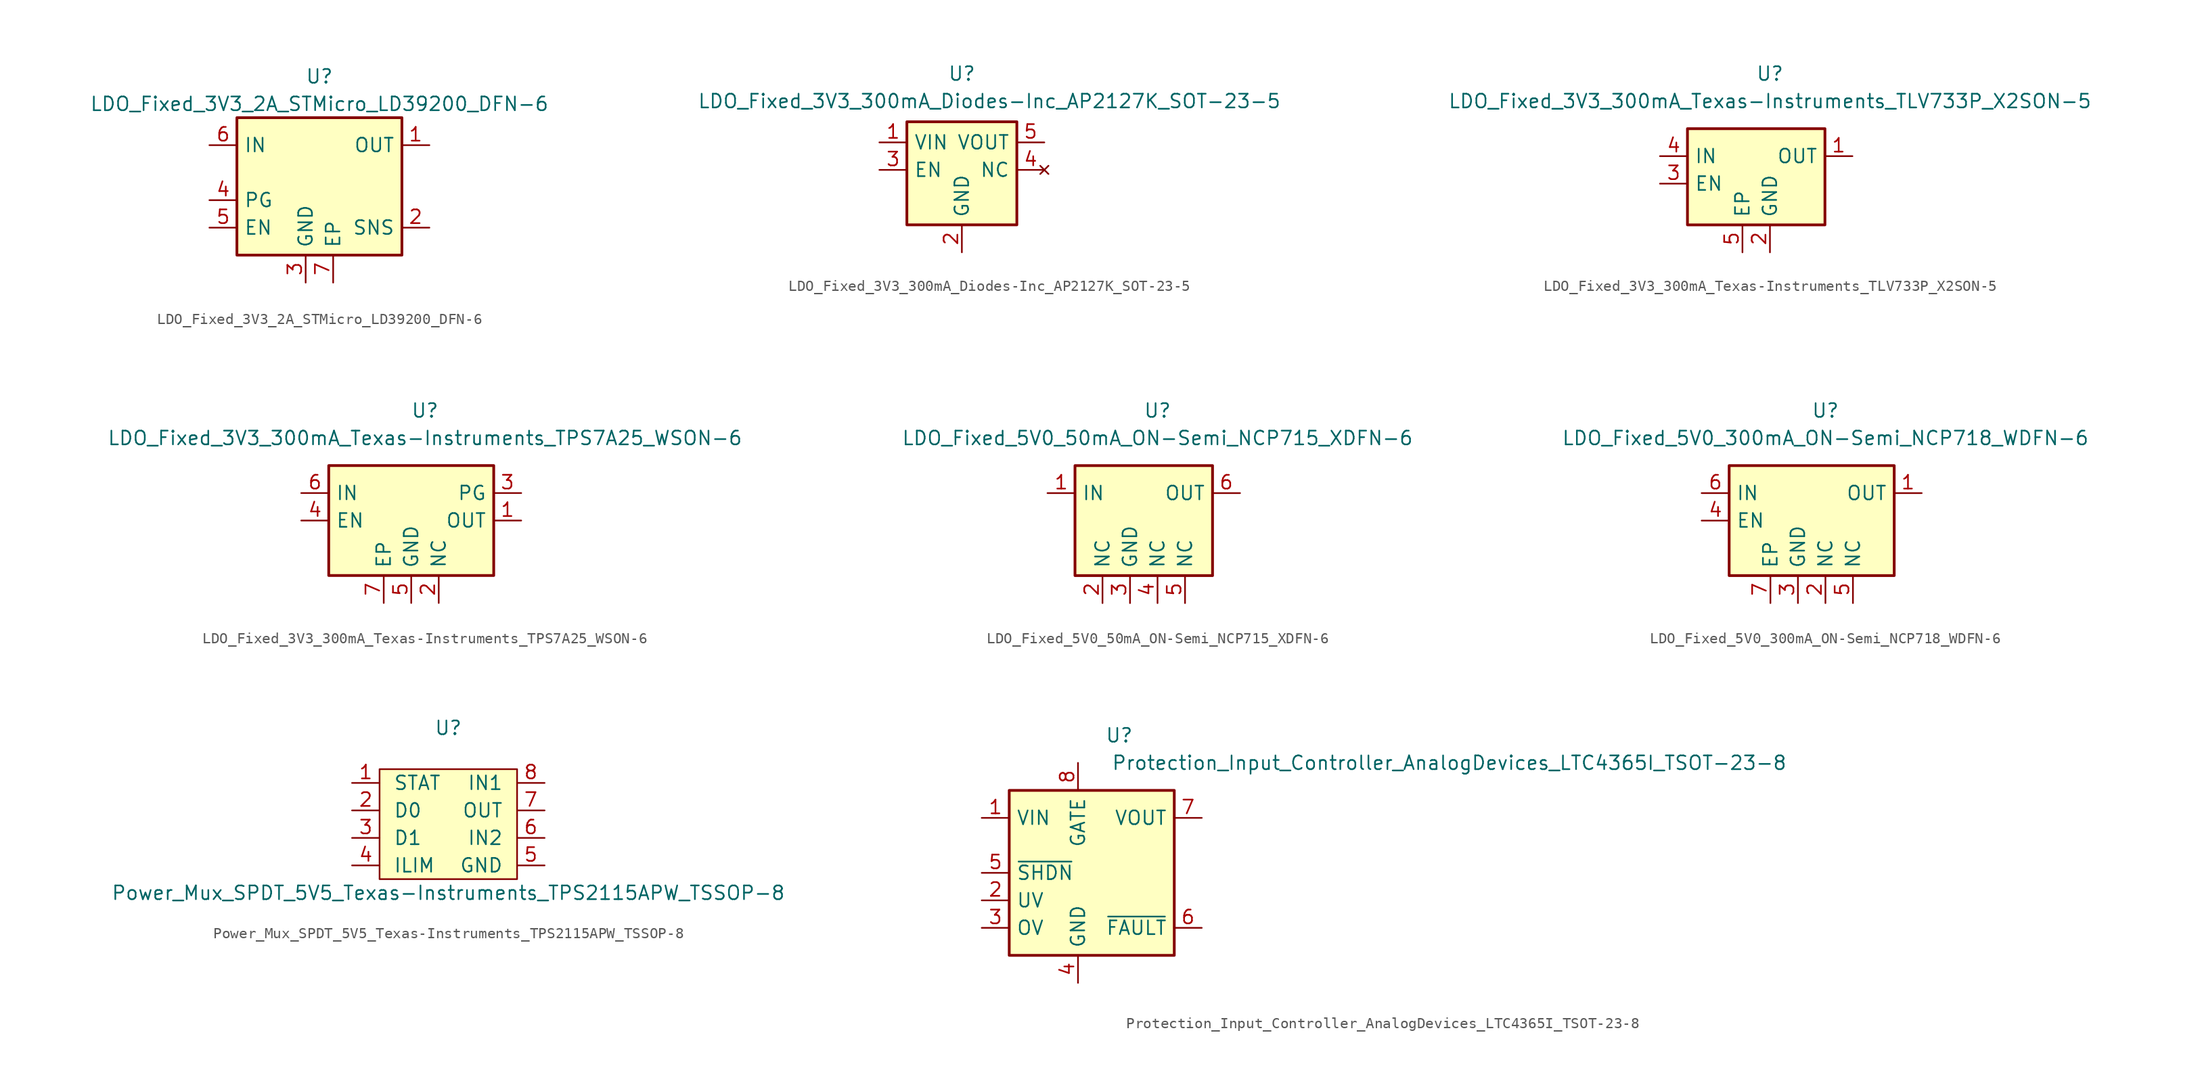
<source format=kicad_sym>
(kicad_symbol_lib
  (version 20220914)
  (generator kicad_symbol_editor)
  (symbol "LDO_Fixed_3V3_2A_STMicro_LD39200_DFN-6"
    (pin_names
      (offset 0.635))
    (property "Reference" "U"
      (at 0 10.16 0)
      (effects (font (size 1.27 1.27))))
    (property "Value" "LDO_Fixed_3V3_2A_STMicro_LD39200_DFN-6"
      (at 0 7.62 0)
      (effects (font (size 1.27 1.27))))
    (symbol "LDO_Fixed_3V3_2A_STMicro_LD39200_DFN-6_0_0"
      (pin output line (at -10.16 -1.27 0) (length 2.54) (name "PG" (effects (font (size 1.27 1.27)))) (number "4" (effects (font (size 1.27 1.27)))))
      (pin power_in line (at 1.27 -8.89 90) (length 2.54) (name "EP" (effects (font (size 1.27 1.27)))) (number "7" (effects (font (size 1.27 1.27))))))
    (symbol "LDO_Fixed_3V3_2A_STMicro_LD39200_DFN-6_0_1"
      (rectangle (start 7.62 -6.35) (end -7.62 6.35) (stroke (width 0.254) (type default)) (fill (type background))))
    (symbol "LDO_Fixed_3V3_2A_STMicro_LD39200_DFN-6_1_1"
      (pin power_out line (at 10.16 3.81 180) (length 2.54) (name "OUT" (effects (font (size 1.27 1.27)))) (number "1" (effects (font (size 1.27 1.27)))))
      (pin input line (at 10.16 -3.81 180) (length 2.54) (name "SNS" (effects (font (size 1.27 1.27)))) (number "2" (effects (font (size 1.27 1.27)))))
      (pin power_in line (at -1.27 -8.89 90) (length 2.54) (name "GND" (effects (font (size 1.27 1.27)))) (number "3" (effects (font (size 1.27 1.27)))))
      (pin input line (at -10.16 -3.81 0) (length 2.54) (name "EN" (effects (font (size 1.27 1.27)))) (number "5" (effects (font (size 1.27 1.27)))))
      (pin power_in line (at -10.16 3.81 0) (length 2.54) (name "IN" (effects (font (size 1.27 1.27)))) (number "6" (effects (font (size 1.27 1.27)))))))
  (symbol "LDO_Fixed_3V3_300mA_Diodes-Inc_AP2127K_SOT-23-5"
    (pin_names
      (offset 0.635))
    (property "Reference" "U"
      (at 0 8.89 0)
      (effects (font (size 1.27 1.27))))
    (property "Value" "LDO_Fixed_3V3_300mA_Diodes-Inc_AP2127K_SOT-23-5"
      (at 2.54 6.35 0)
      (effects (font (size 1.27 1.27))))
    (symbol "LDO_Fixed_3V3_300mA_Diodes-Inc_AP2127K_SOT-23-5_1_1"
      (rectangle (start -5.08 4.445) (end 5.08 -5.08) (stroke (width 0.254) (type default)) (fill (type background)))
      (pin power_in line (at -7.62 2.54 0) (length 2.54) (name "VIN" (effects (font (size 1.27 1.27)))) (number "1" (effects (font (size 1.27 1.27)))))
      (pin power_in line (at 0 -7.62 90) (length 2.54) (name "GND" (effects (font (size 1.27 1.27)))) (number "2" (effects (font (size 1.27 1.27)))))
      (pin input line (at -7.62 0 0) (length 2.54) (name "EN" (effects (font (size 1.27 1.27)))) (number "3" (effects (font (size 1.27 1.27)))))
      (pin no_connect line (at 7.62 0 180) (length 2.54) (name "NC" (effects (font (size 1.27 1.27)))) (number "4" (effects (font (size 1.27 1.27)))))
      (pin power_out line (at 7.62 2.54 180) (length 2.54) (name "VOUT" (effects (font (size 1.27 1.27)))) (number "5" (effects (font (size 1.27 1.27)))))))
  (symbol "LDO_Fixed_3V3_300mA_Texas-Instruments_TLV733P_X2SON-5"
    (pin_names
      (offset 0.635))
    (property "Reference" "U"
      (at 1.27 10.16 0)
      (effects (font (size 1.27 1.27))))
    (property "Value" "LDO_Fixed_3V3_300mA_Texas-Instruments_TLV733P_X2SON-5"
      (at 1.27 7.62 0)
      (effects (font (size 1.27 1.27))))
    (symbol "LDO_Fixed_3V3_300mA_Texas-Instruments_TLV733P_X2SON-5_0_0"
      (pin power_in line (at 1.27 -6.35 90) (length 2.54) (name "GND" (effects (font (size 1.27 1.27)))) (number "2" (effects (font (size 1.27 1.27)))))
      (pin passive line (at -1.27 -6.35 90) (length 2.54) (name "EP" (effects (font (size 1.27 1.27)))) (number "5" (effects (font (size 1.27 1.27))))))
    (symbol "LDO_Fixed_3V3_300mA_Texas-Instruments_TLV733P_X2SON-5_1_1"
      (rectangle (start -6.35 5.08) (end 6.35 -3.81) (stroke (width 0.254) (type default)) (fill (type background)))
      (pin power_out line (at 8.89 2.54 180) (length 2.54) (name "OUT" (effects (font (size 1.27 1.27)))) (number "1" (effects (font (size 1.27 1.27)))))
      (pin input line (at -8.89 0 0) (length 2.54) (name "EN" (effects (font (size 1.27 1.27)))) (number "3" (effects (font (size 1.27 1.27)))))
      (pin power_in line (at -8.89 2.54 0) (length 2.54) (name "IN" (effects (font (size 1.27 1.27)))) (number "4" (effects (font (size 1.27 1.27)))))))
  (symbol "LDO_Fixed_3V3_300mA_Texas-Instruments_TPS7A25_WSON-6"
    (pin_names
      (offset 0.635))
    (property "Reference" "U"
      (at 1.27 10.16 0)
      (effects (font (size 1.27 1.27))))
    (property "Value" "LDO_Fixed_3V3_300mA_Texas-Instruments_TPS7A25_WSON-6"
      (at 1.27 7.62 0)
      (effects (font (size 1.27 1.27))))
    (symbol "LDO_Fixed_3V3_300mA_Texas-Instruments_TPS7A25_WSON-6_0_0"
      (pin power_in line (at 0 -7.62 90) (length 2.54) (name "GND" (effects (font (size 1.27 1.27)))) (number "5" (effects (font (size 1.27 1.27)))))
      (pin passive line (at -2.54 -7.62 90) (length 2.54) (name "EP" (effects (font (size 1.27 1.27)))) (number "7" (effects (font (size 1.27 1.27))))))
    (symbol "LDO_Fixed_3V3_300mA_Texas-Instruments_TPS7A25_WSON-6_1_1"
      (rectangle (start -7.62 5.08) (end 7.62 -5.08) (stroke (width 0.254) (type default)) (fill (type background)))
      (pin power_out line (at 10.16 0 180) (length 2.54) (name "OUT" (effects (font (size 1.27 1.27)))) (number "1" (effects (font (size 1.27 1.27)))))
      (pin passive line (at 2.54 -7.62 90) (length 2.54) (name "NC" (effects (font (size 1.27 1.27)))) (number "2" (effects (font (size 1.27 1.27)))))
      (pin open_collector line (at 10.16 2.54 180) (length 2.54) (name "PG" (effects (font (size 1.27 1.27)))) (number "3" (effects (font (size 1.27 1.27)))))
      (pin input line (at -10.16 0 0) (length 2.54) (name "EN" (effects (font (size 1.27 1.27)))) (number "4" (effects (font (size 1.27 1.27)))))
      (pin power_in line (at -10.16 2.54 0) (length 2.54) (name "IN" (effects (font (size 1.27 1.27)))) (number "6" (effects (font (size 1.27 1.27)))))))
  (symbol "LDO_Fixed_5V0_50mA_ON-Semi_NCP715_XDFN-6"
    (pin_names
      (offset 0.635))
    (property "Reference" "U"
      (at 1.27 10.16 0)
      (effects (font (size 1.27 1.27))))
    (property "Value" "LDO_Fixed_5V0_50mA_ON-Semi_NCP715_XDFN-6"
      (at 1.27 7.62 0)
      (effects (font (size 1.27 1.27))))
    (symbol "LDO_Fixed_5V0_50mA_ON-Semi_NCP715_XDFN-6_0_0"
      (pin passive line (at 3.81 -7.62 90) (length 2.54) (name "NC" (effects (font (size 1.27 1.27)))) (number "5" (effects (font (size 1.27 1.27))))))
    (symbol "LDO_Fixed_5V0_50mA_ON-Semi_NCP715_XDFN-6_1_1"
      (rectangle (start -6.35 5.08) (end 6.35 -5.08) (stroke (width 0.254) (type default)) (fill (type background)))
      (pin power_in line (at -8.89 2.54 0) (length 2.54) (name "IN" (effects (font (size 1.27 1.27)))) (number "1" (effects (font (size 1.27 1.27)))))
      (pin passive line (at -3.81 -7.62 90) (length 2.54) (name "NC" (effects (font (size 1.27 1.27)))) (number "2" (effects (font (size 1.27 1.27)))))
      (pin power_in line (at -1.27 -7.62 90) (length 2.54) (name "GND" (effects (font (size 1.27 1.27)))) (number "3" (effects (font (size 1.27 1.27)))))
      (pin passive line (at 1.27 -7.62 90) (length 2.54) (name "NC" (effects (font (size 1.27 1.27)))) (number "4" (effects (font (size 1.27 1.27)))))
      (pin power_out line (at 8.89 2.54 180) (length 2.54) (name "OUT" (effects (font (size 1.27 1.27)))) (number "6" (effects (font (size 1.27 1.27)))))))
  (symbol "LDO_Fixed_5V0_300mA_ON-Semi_NCP718_WDFN-6"
    (pin_names
      (offset 0.635))
    (property "Reference" "U"
      (at 1.27 10.16 0)
      (effects (font (size 1.27 1.27))))
    (property "Value" "LDO_Fixed_5V0_300mA_ON-Semi_NCP718_WDFN-6"
      (at 1.27 7.62 0)
      (effects (font (size 1.27 1.27))))
    (symbol "LDO_Fixed_5V0_300mA_ON-Semi_NCP718_WDFN-6_0_0"
      (pin passive line (at 3.81 -7.62 90) (length 2.54) (name "NC" (effects (font (size 1.27 1.27)))) (number "5" (effects (font (size 1.27 1.27)))))
      (pin passive line (at -3.81 -7.62 90) (length 2.54) (name "EP" (effects (font (size 1.27 1.27)))) (number "7" (effects (font (size 1.27 1.27))))))
    (symbol "LDO_Fixed_5V0_300mA_ON-Semi_NCP718_WDFN-6_1_1"
      (rectangle (start -7.62 5.08) (end 7.62 -5.08) (stroke (width 0.254) (type default)) (fill (type background)))
      (pin power_out line (at 10.16 2.54 180) (length 2.54) (name "OUT" (effects (font (size 1.27 1.27)))) (number "1" (effects (font (size 1.27 1.27)))))
      (pin passive line (at 1.27 -7.62 90) (length 2.54) (name "NC" (effects (font (size 1.27 1.27)))) (number "2" (effects (font (size 1.27 1.27)))))
      (pin power_in line (at -1.27 -7.62 90) (length 2.54) (name "GND" (effects (font (size 1.27 1.27)))) (number "3" (effects (font (size 1.27 1.27)))))
      (pin input line (at -10.16 0 0) (length 2.54) (name "EN" (effects (font (size 1.27 1.27)))) (number "4" (effects (font (size 1.27 1.27)))))
      (pin power_in line (at -10.16 2.54 0) (length 2.54) (name "IN" (effects (font (size 1.27 1.27)))) (number "6" (effects (font (size 1.27 1.27)))))))
  (symbol "Power_Mux_SPDT_5V5_Texas-Instruments_TPS2115APW_TSSOP-8"
    (pin_names
      (offset 1.27))
    (property "Reference" "U"
      (at 0 8.89 0)
      (effects (font (size 1.27 1.27))))
    (property "Value" "Power_Mux_SPDT_5V5_Texas-Instruments_TPS2115APW_TSSOP-8"
      (at 0 -6.35 0)
      (effects (font (size 1.27 1.27))))
    (symbol "Power_Mux_SPDT_5V5_Texas-Instruments_TPS2115APW_TSSOP-8_1_1"
      (rectangle (start -6.35 5.08) (end 6.35 -5.08) (stroke (width 0) (type default)) (fill (type background)))
      (pin open_collector line (at -8.89 3.81 0) (length 2.54) (name "STAT" (effects (font (size 1.27 1.27)))) (number "1" (effects (font (size 1.27 1.27)))))
      (pin input line (at -8.89 1.27 0) (length 2.54) (name "D0" (effects (font (size 1.27 1.27)))) (number "2" (effects (font (size 1.27 1.27)))))
      (pin input line (at -8.89 -1.27 0) (length 2.54) (name "D1" (effects (font (size 1.27 1.27)))) (number "3" (effects (font (size 1.27 1.27)))))
      (pin input line (at -8.89 -3.81 0) (length 2.54) (name "ILIM" (effects (font (size 1.27 1.27)))) (number "4" (effects (font (size 1.27 1.27)))))
      (pin power_in line (at 8.89 -3.81 180) (length 2.54) (name "GND" (effects (font (size 1.27 1.27)))) (number "5" (effects (font (size 1.27 1.27)))))
      (pin power_in line (at 8.89 -1.27 180) (length 2.54) (name "IN2" (effects (font (size 1.27 1.27)))) (number "6" (effects (font (size 1.27 1.27)))))
      (pin power_out line (at 8.89 1.27 180) (length 2.54) (name "OUT" (effects (font (size 1.27 1.27)))) (number "7" (effects (font (size 1.27 1.27)))))
      (pin power_in line (at 8.89 3.81 180) (length 2.54) (name "IN1" (effects (font (size 1.27 1.27)))) (number "8" (effects (font (size 1.27 1.27)))))))
  (symbol "Protection_Input_Controller_AnalogDevices_LTC4365I_TSOT-23-8"
    (pin_names
      (offset 0.635))
    (property "Reference" "U"
      (at 2.54 12.7 0)
      (effects (font (size 1.27 1.27))))
    (property "Value" "Protection_Input_Controller_AnalogDevices_LTC4365I_TSOT-23-8"
      (at 33.02 10.16 0)
      (effects (font (size 1.27 1.27))))
    (symbol "Protection_Input_Controller_AnalogDevices_LTC4365I_TSOT-23-8_1_1"
      (rectangle (start -7.62 7.62) (end 7.62 -7.62) (stroke (width 0.254) (type default)) (fill (type background)))
      (pin power_in line (at -10.16 5.08 0) (length 2.54) (name "VIN" (effects (font (size 1.27 1.27)))) (number "1" (effects (font (size 1.27 1.27)))))
      (pin input line (at -10.16 -2.54 0) (length 2.54) (name "UV" (effects (font (size 1.27 1.27)))) (number "2" (effects (font (size 1.27 1.27)))))
      (pin input line (at -10.16 -5.08 0) (length 2.54) (name "OV" (effects (font (size 1.27 1.27)))) (number "3" (effects (font (size 1.27 1.27)))))
      (pin power_in line (at -1.27 -10.16 90) (length 2.54) (name "GND" (effects (font (size 1.27 1.27)))) (number "4" (effects (font (size 1.27 1.27)))))
      (pin input line (at -10.16 0 0) (length 2.54) (name "~{SHDN}" (effects (font (size 1.27 1.27)))) (number "5" (effects (font (size 1.27 1.27)))))
      (pin open_collector line (at 10.16 -5.08 180) (length 2.54) (name "~{FAULT}" (effects (font (size 1.27 1.27)))) (number "6" (effects (font (size 1.27 1.27)))))
      (pin input line (at 10.16 5.08 180) (length 2.54) (name "VOUT" (effects (font (size 1.27 1.27)))) (number "7" (effects (font (size 1.27 1.27)))))
      (pin output line (at -1.27 10.16 270) (length 2.54) (name "GATE" (effects (font (size 1.27 1.27)))) (number "8" (effects (font (size 1.27 1.27))))))))
</source>
